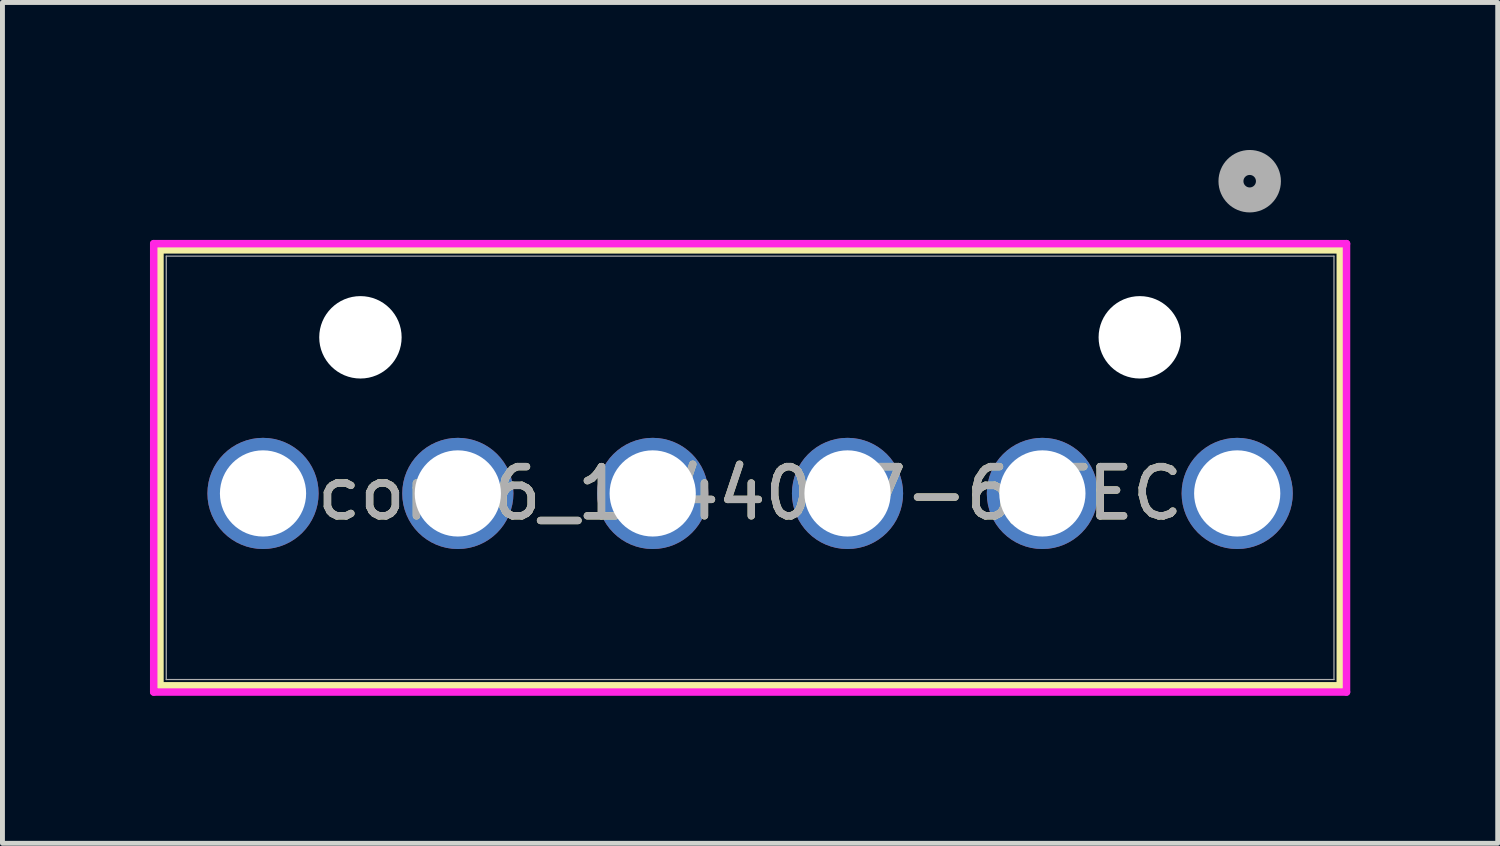
<source format=kicad_pcb>
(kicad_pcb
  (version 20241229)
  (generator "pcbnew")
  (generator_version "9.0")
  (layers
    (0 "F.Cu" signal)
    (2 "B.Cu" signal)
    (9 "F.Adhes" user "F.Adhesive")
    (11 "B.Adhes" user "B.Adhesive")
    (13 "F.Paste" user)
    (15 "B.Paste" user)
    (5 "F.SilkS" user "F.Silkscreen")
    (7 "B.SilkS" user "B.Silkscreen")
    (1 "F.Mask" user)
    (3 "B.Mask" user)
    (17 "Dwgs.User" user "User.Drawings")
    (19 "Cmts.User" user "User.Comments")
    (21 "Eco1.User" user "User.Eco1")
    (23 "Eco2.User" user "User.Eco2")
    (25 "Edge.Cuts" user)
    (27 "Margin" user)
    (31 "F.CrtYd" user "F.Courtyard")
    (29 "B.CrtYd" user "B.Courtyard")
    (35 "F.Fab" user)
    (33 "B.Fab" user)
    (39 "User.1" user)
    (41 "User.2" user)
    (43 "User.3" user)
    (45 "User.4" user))
  (footprint "conn6_1744057-6_TEC"
    (layer "F.Cu")
    (at 12.205 6.985)
    (property "Reference" "conn6_1744057-6_TEC" (at 0 0 0) (unlocked yes) (layer "F.SilkS") (effects (font (size 1 1) (thickness 0.15))))
    (attr through_hole)
    (fp_line (start -12.002 -4.953) (end -12.002 3.912) (stroke (width 0.152) (type solid)) (layer "F.SilkS"))
    (fp_line (start -12.002 3.912) (end 12.002 3.912) (stroke (width 0.152) (type solid)) (layer "F.SilkS"))
    (fp_line (start 12.002 -4.953) (end -12.002 -4.953) (stroke (width 0.152) (type solid)) (layer "F.SilkS"))
    (fp_line (start 12.002 3.912) (end 12.002 -4.953) (stroke (width 0.152) (type solid)) (layer "F.SilkS"))
    (fp_line (start -12.129 -5.08) (end -12.129 4.039) (stroke (width 0.152) (type solid)) (layer "F.CrtYd"))
    (fp_line (start -12.129 4.039) (end 12.129 4.039) (stroke (width 0.152) (type solid)) (layer "F.CrtYd"))
    (fp_line (start 12.129 -5.08) (end -12.129 -5.08) (stroke (width 0.152) (type solid)) (layer "F.CrtYd"))
    (fp_line (start 12.129 4.039) (end 12.129 -5.08) (stroke (width 0.152) (type solid)) (layer "F.CrtYd"))
    (fp_line (start -11.874 -4.826) (end -11.874 3.785) (stroke (width 0.025) (type solid)) (layer "F.Fab"))
    (fp_line (start -11.874 3.785) (end 11.874 3.785) (stroke (width 0.025) (type solid)) (layer "F.Fab"))
    (fp_line (start 11.874 -4.826) (end -11.874 -4.826) (stroke (width 0.025) (type solid)) (layer "F.Fab"))
    (fp_line (start 11.874 3.785) (end 11.874 -4.826) (stroke (width 0.025) (type solid)) (layer "F.Fab"))
    (fp_circle (center 10.16 -6.35) (end 10.541 -6.35) (stroke (width 0.508) (type solid)) (fill no) (layer "F.Fab"))
    (fp_text user "${REFERENCE}" (at 0 0 0) (unlocked yes) (layer "F.Fab") (effects (font (size 1 1) (thickness 0.15))))
    (pad "" np_thru_hole circle (at -7.925 -3.175) (size 1.676 1.676) (drill 1.676) (layers "*.Cu" "*.Mask"))
    (pad "" np_thru_hole circle (at 7.925 -3.175) (size 1.676 1.676) (drill 1.676) (layers "*.Cu" "*.Mask"))
    (pad "1" thru_hole circle (at 9.906 0) (size 2.261 2.261) (drill 1.753) (layers "*.Cu" "*.Mask"))
    (pad "2" thru_hole circle (at 5.944 0) (size 2.261 2.261) (drill 1.753) (layers "*.Cu" "*.Mask"))
    (pad "3" thru_hole circle (at 1.981 0) (size 2.261 2.261) (drill 1.753) (layers "*.Cu" "*.Mask"))
    (pad "4" thru_hole circle (at -1.981 0) (size 2.261 2.261) (drill 1.753) (layers "*.Cu" "*.Mask"))
    (pad "5" thru_hole circle (at -5.944 0) (size 2.261 2.261) (drill 1.753) (layers "*.Cu" "*.Mask"))
    (pad "6" thru_hole circle (at -9.906 0) (size 2.261 2.261) (drill 1.753) (layers "*.Cu" "*.Mask")))
  (gr_rect
    (start -3 -3)
    (end 27.409 14.1)
    (stroke (width 0.1) (type default))
    (fill no)
    (layer "Edge.Cuts")))
</source>
